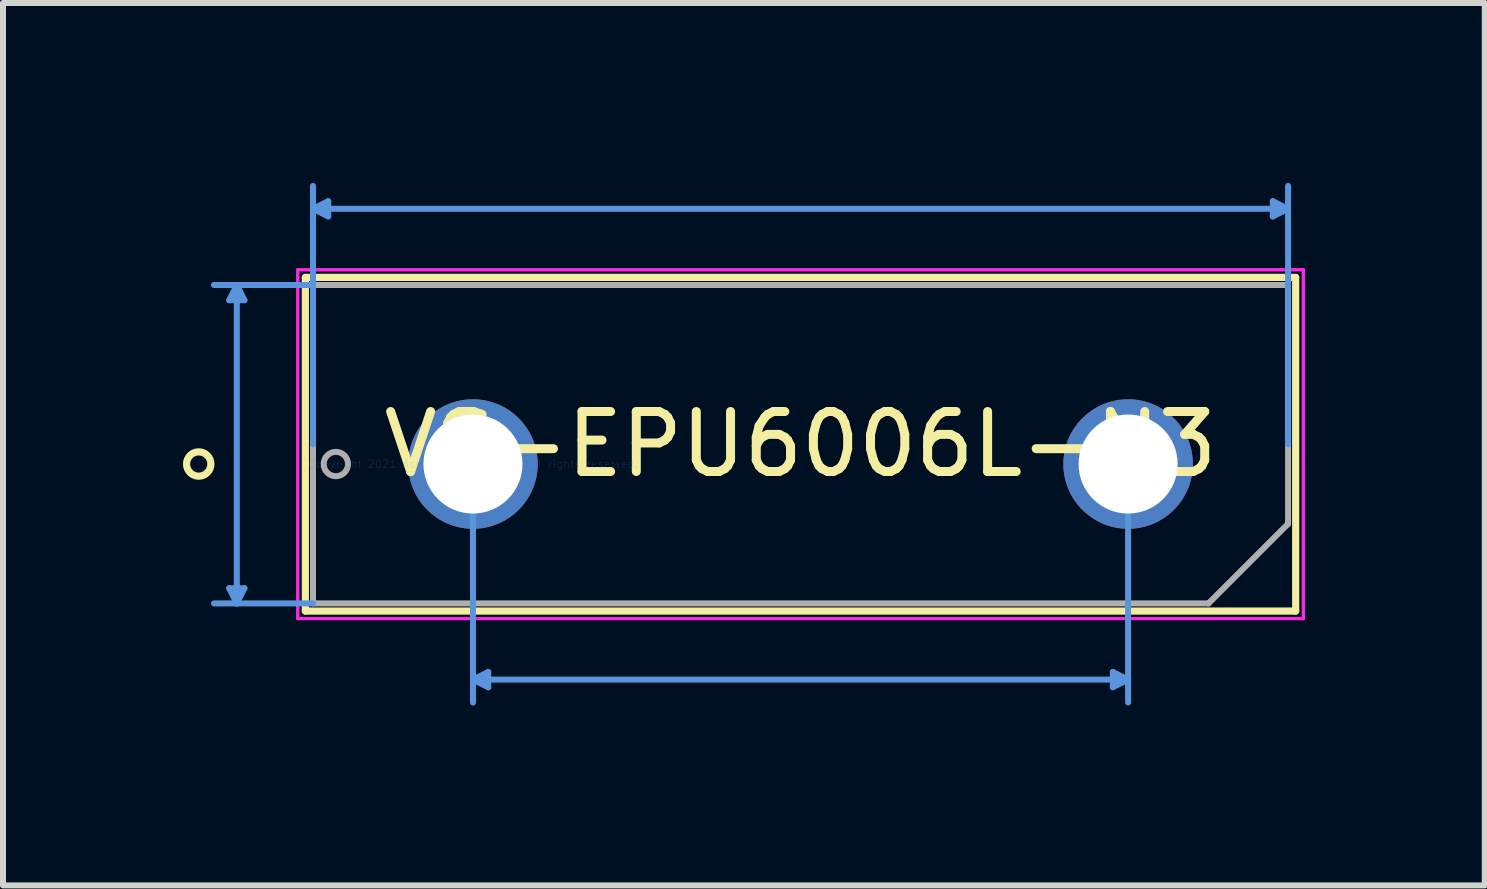
<source format=kicad_pcb>
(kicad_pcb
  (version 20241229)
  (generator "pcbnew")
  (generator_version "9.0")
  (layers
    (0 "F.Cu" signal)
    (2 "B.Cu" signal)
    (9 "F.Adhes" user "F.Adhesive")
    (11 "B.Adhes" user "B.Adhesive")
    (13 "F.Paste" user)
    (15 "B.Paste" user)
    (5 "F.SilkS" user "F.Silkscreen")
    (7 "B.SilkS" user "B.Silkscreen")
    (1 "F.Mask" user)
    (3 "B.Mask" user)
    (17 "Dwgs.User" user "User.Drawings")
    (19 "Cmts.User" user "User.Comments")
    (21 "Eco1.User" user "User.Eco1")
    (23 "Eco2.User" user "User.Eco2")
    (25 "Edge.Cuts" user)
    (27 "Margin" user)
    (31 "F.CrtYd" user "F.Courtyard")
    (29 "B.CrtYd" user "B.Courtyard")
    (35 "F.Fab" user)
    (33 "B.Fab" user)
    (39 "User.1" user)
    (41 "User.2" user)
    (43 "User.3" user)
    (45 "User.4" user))
  (footprint "VS-EPU6006L-N3"
    (layer "F.Cu")
    (at 4.835 4.686)
    (property "Reference" "VS-EPU6006L-N3" (at 5.461 -0.33 0) (layer "F.SilkS") (effects (font (size 1 1) (thickness 0.15))))
    (attr through_hole)
    (fp_line (start -2.794 -3.111) (end 13.716 -3.111) (stroke (width 0.12) (type solid)) (layer "F.SilkS"))
    (fp_line (start -2.794 2.451) (end -2.794 -3.111) (stroke (width 0.12) (type solid)) (layer "F.SilkS"))
    (fp_line (start 13.716 -3.111) (end 13.716 2.451) (stroke (width 0.12) (type solid)) (layer "F.SilkS"))
    (fp_line (start 13.716 2.451) (end -2.794 2.451) (stroke (width 0.12) (type solid)) (layer "F.SilkS"))
    (fp_circle (center -4.572 0) (end -4.369 0) (stroke (width 0.12) (type solid)) (fill no) (layer "F.SilkS"))
    (fp_line (start -4.064 -2.731) (end -3.81 -2.731) (stroke (width 0.1) (type solid)) (layer "Cmts.User"))
    (fp_line (start -4.064 2.07) (end -3.81 2.07) (stroke (width 0.1) (type solid)) (layer "Cmts.User"))
    (fp_line (start -3.937 -2.985) (end -4.064 -2.731) (stroke (width 0.1) (type solid)) (layer "Cmts.User"))
    (fp_line (start -3.937 -2.985) (end -3.937 2.324) (stroke (width 0.1) (type solid)) (layer "Cmts.User"))
    (fp_line (start -3.937 -2.985) (end -3.81 -2.731) (stroke (width 0.1) (type solid)) (layer "Cmts.User"))
    (fp_line (start -3.937 2.324) (end -4.064 2.07) (stroke (width 0.1) (type solid)) (layer "Cmts.User"))
    (fp_line (start -3.937 2.324) (end -3.81 2.07) (stroke (width 0.1) (type solid)) (layer "Cmts.User"))
    (fp_line (start -2.667 -4.255) (end -2.413 -4.381) (stroke (width 0.1) (type solid)) (layer "Cmts.User"))
    (fp_line (start -2.667 -4.255) (end -2.413 -4.128) (stroke (width 0.1) (type solid)) (layer "Cmts.User"))
    (fp_line (start -2.667 -4.255) (end 13.589 -4.255) (stroke (width 0.1) (type solid)) (layer "Cmts.User"))
    (fp_line (start -2.667 -2.985) (end -4.318 -2.985) (stroke (width 0.1) (type solid)) (layer "Cmts.User"))
    (fp_line (start -2.667 -0.33) (end -2.667 -4.636) (stroke (width 0.1) (type solid)) (layer "Cmts.User"))
    (fp_line (start -2.667 2.324) (end -4.318 2.324) (stroke (width 0.1) (type solid)) (layer "Cmts.User"))
    (fp_line (start -2.413 -4.381) (end -2.413 -4.128) (stroke (width 0.1) (type solid)) (layer "Cmts.User"))
    (fp_line (start 0 0) (end 0 3.975) (stroke (width 0.1) (type solid)) (layer "Cmts.User"))
    (fp_line (start 0 3.594) (end 0.254 3.467) (stroke (width 0.1) (type solid)) (layer "Cmts.User"))
    (fp_line (start 0 3.594) (end 0.254 3.721) (stroke (width 0.1) (type solid)) (layer "Cmts.User"))
    (fp_line (start 0 3.594) (end 10.922 3.594) (stroke (width 0.1) (type solid)) (layer "Cmts.User"))
    (fp_line (start 0.254 3.467) (end 0.254 3.721) (stroke (width 0.1) (type solid)) (layer "Cmts.User"))
    (fp_line (start 10.668 3.467) (end 10.668 3.721) (stroke (width 0.1) (type solid)) (layer "Cmts.User"))
    (fp_line (start 10.922 0) (end 10.922 3.975) (stroke (width 0.1) (type solid)) (layer "Cmts.User"))
    (fp_line (start 10.922 3.594) (end 10.668 3.467) (stroke (width 0.1) (type solid)) (layer "Cmts.User"))
    (fp_line (start 10.922 3.594) (end 10.668 3.721) (stroke (width 0.1) (type solid)) (layer "Cmts.User"))
    (fp_line (start 13.335 -4.381) (end 13.335 -4.128) (stroke (width 0.1) (type solid)) (layer "Cmts.User"))
    (fp_line (start 13.589 -4.255) (end 13.335 -4.381) (stroke (width 0.1) (type solid)) (layer "Cmts.User"))
    (fp_line (start 13.589 -4.255) (end 13.335 -4.128) (stroke (width 0.1) (type solid)) (layer "Cmts.User"))
    (fp_line (start 13.589 -0.33) (end 13.589 -4.636) (stroke (width 0.1) (type solid)) (layer "Cmts.User"))
    (fp_line (start -2.921 -3.239) (end 13.843 -3.239) (stroke (width 0.05) (type solid)) (layer "F.CrtYd"))
    (fp_line (start -2.921 -3.239) (end 13.843 -3.239) (stroke (width 0.05) (type solid)) (layer "F.CrtYd"))
    (fp_line (start -2.921 2.578) (end -2.921 -3.239) (stroke (width 0.05) (type solid)) (layer "F.CrtYd"))
    (fp_line (start -2.921 2.578) (end -2.921 -3.239) (stroke (width 0.05) (type solid)) (layer "F.CrtYd"))
    (fp_line (start 13.843 -3.239) (end 13.843 2.578) (stroke (width 0.05) (type solid)) (layer "F.CrtYd"))
    (fp_line (start 13.843 -3.239) (end 13.843 2.578) (stroke (width 0.05) (type solid)) (layer "F.CrtYd"))
    (fp_line (start 13.843 2.578) (end -2.921 2.578) (stroke (width 0.05) (type solid)) (layer "F.CrtYd"))
    (fp_line (start 13.843 2.578) (end -2.921 2.578) (stroke (width 0.05) (type solid)) (layer "F.CrtYd"))
    (fp_line (start -2.667 -2.985) (end 13.589 -2.985) (stroke (width 0.1) (type solid)) (layer "F.Fab"))
    (fp_line (start -2.667 2.324) (end -2.667 -2.985) (stroke (width 0.1) (type solid)) (layer "F.Fab"))
    (fp_line (start 12.262 2.324) (end -2.667 2.324) (stroke (width 0.1) (type solid)) (layer "F.Fab"))
    (fp_line (start 13.589 -2.985) (end 13.589 0.997) (stroke (width 0.1) (type solid)) (layer "F.Fab"))
    (fp_line (start 13.589 0.997) (end 12.262 2.324) (stroke (width 0.1) (type solid)) (layer "F.Fab"))
    (fp_circle (center -2.286 0) (end -2.083 0) (stroke (width 0.1) (type solid)) (fill no) (layer "F.Fab"))
    (fp_text user "*" (at 0 0 0) (layer "F.SilkS") (effects (font (size 1 1) (thickness 0.15))))
    (fp_text user "Copyright 2021 Accelerated Designs. All rights reserved." (at 0 0 0) (layer "Cmts.User") (effects (font (size 0.127 0.127) (thickness 0.002))))
    (fp_text user "*" (at 0 0 0) (layer "F.Fab") (effects (font (size 1 1) (thickness 0.15))))
    (pad "1" thru_hole circle (at 0 0) (size 2.159 2.159) (drill 1.651) (layers "*.Cu" "*.Mask"))
    (pad "2" thru_hole circle (at 10.922 0) (size 2.159 2.159) (drill 1.651) (layers "*.Cu" "*.Mask")))
  (gr_rect
    (start -3 -3)
    (end 21.703 11.711)
    (stroke (width 0.1) (type default))
    (fill no)
    (layer "Edge.Cuts")))
</source>
